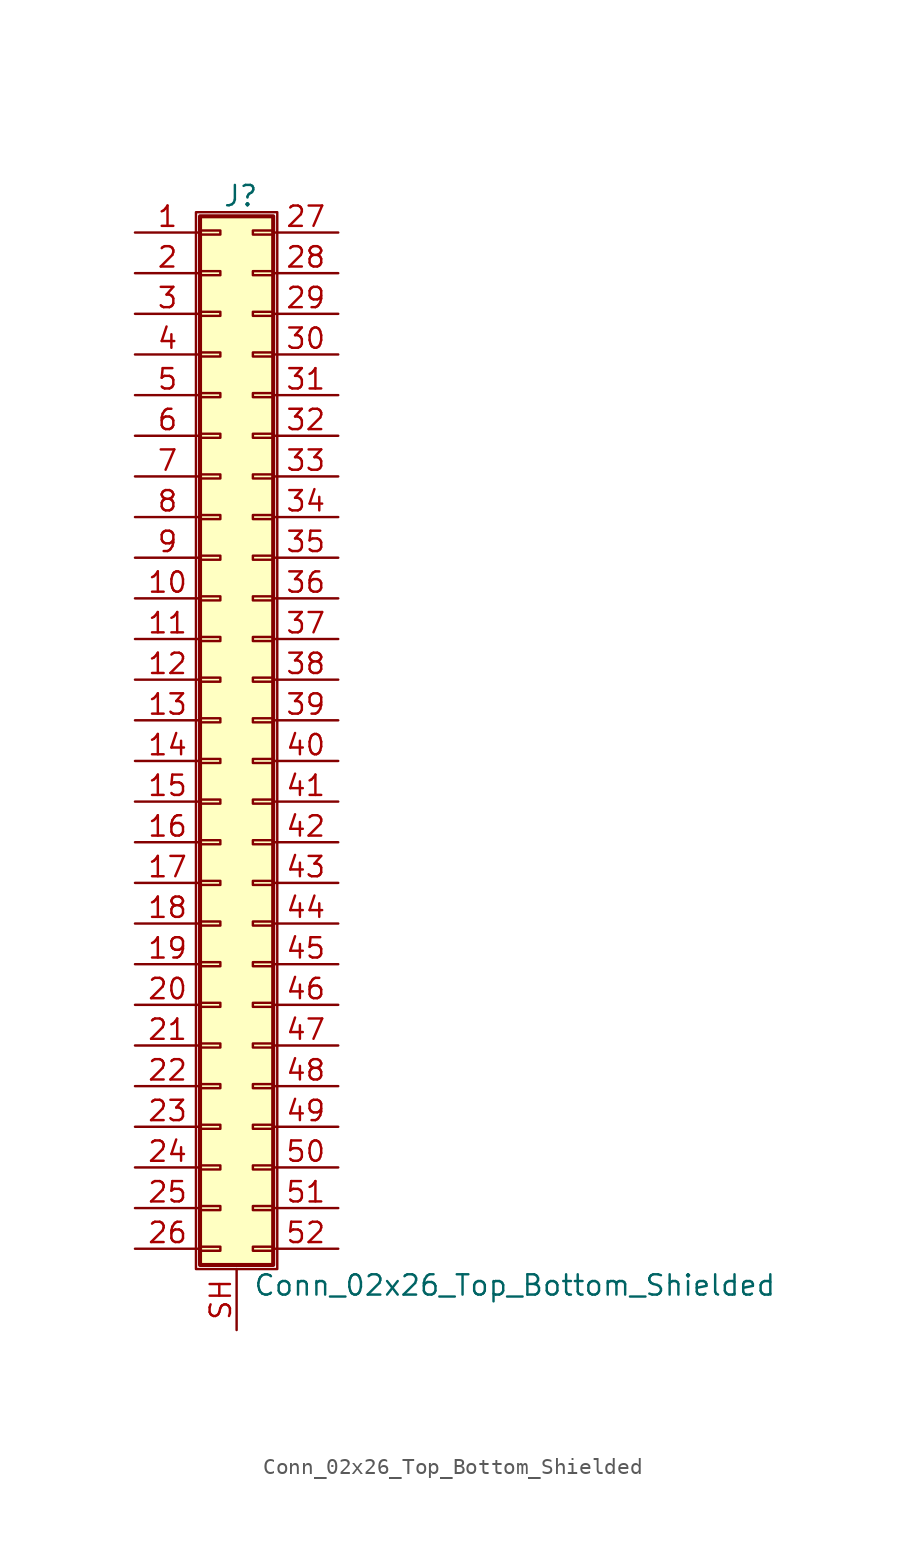
<source format=kicad_sym>
(kicad_symbol_lib
  (version 20220914)
  (generator kicad_symbol_editor)
  (symbol "Conn_02x26_Top_Bottom_Shielded"
    (pin_names
      (offset 1.016) hide)
    (property "Reference" "J"
      (at 1.524 32.766 0)
      (effects (font (size 1.27 1.27))))
    (property "Value" "Conn_02x26_Top_Bottom_Shielded"
      (at 2.286 -35.306 0)
      (effects (font (size 1.27 1.27)) (justify left)))
    (symbol "Conn_02x26_Top_Bottom_Shielded_1_1"
      (rectangle (start -1.27 31.75) (end 3.81 -34.29) (stroke (width 0.152) (type default)) (fill (type none)))
      (rectangle (start -1.016 -32.893) (end 0.254 -33.147) (stroke (width 0.152) (type default)) (fill (type none)))
      (rectangle (start -1.016 -30.353) (end 0.254 -30.607) (stroke (width 0.152) (type default)) (fill (type none)))
      (rectangle (start -1.016 -27.813) (end 0.254 -28.067) (stroke (width 0.152) (type default)) (fill (type none)))
      (rectangle (start -1.016 -25.273) (end 0.254 -25.527) (stroke (width 0.152) (type default)) (fill (type none)))
      (rectangle (start -1.016 -22.733) (end 0.254 -22.987) (stroke (width 0.152) (type default)) (fill (type none)))
      (rectangle (start -1.016 -20.193) (end 0.254 -20.447) (stroke (width 0.152) (type default)) (fill (type none)))
      (rectangle (start -1.016 -17.653) (end 0.254 -17.907) (stroke (width 0.152) (type default)) (fill (type none)))
      (rectangle (start -1.016 -15.113) (end 0.254 -15.367) (stroke (width 0.152) (type default)) (fill (type none)))
      (rectangle (start -1.016 -12.573) (end 0.254 -12.827) (stroke (width 0.152) (type default)) (fill (type none)))
      (rectangle (start -1.016 -10.033) (end 0.254 -10.287) (stroke (width 0.152) (type default)) (fill (type none)))
      (rectangle (start -1.016 -7.493) (end 0.254 -7.747) (stroke (width 0.152) (type default)) (fill (type none)))
      (rectangle (start -1.016 -4.953) (end 0.254 -5.207) (stroke (width 0.152) (type default)) (fill (type none)))
      (rectangle (start -1.016 -2.413) (end 0.254 -2.667) (stroke (width 0.152) (type default)) (fill (type none)))
      (rectangle (start -1.016 0.127) (end 0.254 -0.127) (stroke (width 0.152) (type default)) (fill (type none)))
      (rectangle (start -1.016 2.667) (end 0.254 2.413) (stroke (width 0.152) (type default)) (fill (type none)))
      (rectangle (start -1.016 5.207) (end 0.254 4.953) (stroke (width 0.152) (type default)) (fill (type none)))
      (rectangle (start -1.016 7.747) (end 0.254 7.493) (stroke (width 0.152) (type default)) (fill (type none)))
      (rectangle (start -1.016 10.287) (end 0.254 10.033) (stroke (width 0.152) (type default)) (fill (type none)))
      (rectangle (start -1.016 12.827) (end 0.254 12.573) (stroke (width 0.152) (type default)) (fill (type none)))
      (rectangle (start -1.016 15.367) (end 0.254 15.113) (stroke (width 0.152) (type default)) (fill (type none)))
      (rectangle (start -1.016 17.907) (end 0.254 17.653) (stroke (width 0.152) (type default)) (fill (type none)))
      (rectangle (start -1.016 20.447) (end 0.254 20.193) (stroke (width 0.152) (type default)) (fill (type none)))
      (rectangle (start -1.016 22.987) (end 0.254 22.733) (stroke (width 0.152) (type default)) (fill (type none)))
      (rectangle (start -1.016 25.527) (end 0.254 25.273) (stroke (width 0.152) (type default)) (fill (type none)))
      (rectangle (start -1.016 28.067) (end 0.254 27.813) (stroke (width 0.152) (type default)) (fill (type none)))
      (rectangle (start -1.016 30.607) (end 0.254 30.353) (stroke (width 0.152) (type default)) (fill (type none)))
      (rectangle (start -1.016 31.496) (end 3.556 -34.036) (stroke (width 0.254) (type default)) (fill (type background)))
      (rectangle (start 3.556 -32.893) (end 2.286 -33.147) (stroke (width 0.152) (type default)) (fill (type none)))
      (rectangle (start 3.556 -30.353) (end 2.286 -30.607) (stroke (width 0.152) (type default)) (fill (type none)))
      (rectangle (start 3.556 -27.813) (end 2.286 -28.067) (stroke (width 0.152) (type default)) (fill (type none)))
      (rectangle (start 3.556 -25.273) (end 2.286 -25.527) (stroke (width 0.152) (type default)) (fill (type none)))
      (rectangle (start 3.556 -22.733) (end 2.286 -22.987) (stroke (width 0.152) (type default)) (fill (type none)))
      (rectangle (start 3.556 -20.193) (end 2.286 -20.447) (stroke (width 0.152) (type default)) (fill (type none)))
      (rectangle (start 3.556 -17.653) (end 2.286 -17.907) (stroke (width 0.152) (type default)) (fill (type none)))
      (rectangle (start 3.556 -15.113) (end 2.286 -15.367) (stroke (width 0.152) (type default)) (fill (type none)))
      (rectangle (start 3.556 -12.573) (end 2.286 -12.827) (stroke (width 0.152) (type default)) (fill (type none)))
      (rectangle (start 3.556 -10.033) (end 2.286 -10.287) (stroke (width 0.152) (type default)) (fill (type none)))
      (rectangle (start 3.556 -7.493) (end 2.286 -7.747) (stroke (width 0.152) (type default)) (fill (type none)))
      (rectangle (start 3.556 -4.953) (end 2.286 -5.207) (stroke (width 0.152) (type default)) (fill (type none)))
      (rectangle (start 3.556 -2.413) (end 2.286 -2.667) (stroke (width 0.152) (type default)) (fill (type none)))
      (rectangle (start 3.556 0.127) (end 2.286 -0.127) (stroke (width 0.152) (type default)) (fill (type none)))
      (rectangle (start 3.556 2.667) (end 2.286 2.413) (stroke (width 0.152) (type default)) (fill (type none)))
      (rectangle (start 3.556 5.207) (end 2.286 4.953) (stroke (width 0.152) (type default)) (fill (type none)))
      (rectangle (start 3.556 7.747) (end 2.286 7.493) (stroke (width 0.152) (type default)) (fill (type none)))
      (rectangle (start 3.556 10.287) (end 2.286 10.033) (stroke (width 0.152) (type default)) (fill (type none)))
      (rectangle (start 3.556 12.827) (end 2.286 12.573) (stroke (width 0.152) (type default)) (fill (type none)))
      (rectangle (start 3.556 15.367) (end 2.286 15.113) (stroke (width 0.152) (type default)) (fill (type none)))
      (rectangle (start 3.556 17.907) (end 2.286 17.653) (stroke (width 0.152) (type default)) (fill (type none)))
      (rectangle (start 3.556 20.447) (end 2.286 20.193) (stroke (width 0.152) (type default)) (fill (type none)))
      (rectangle (start 3.556 22.987) (end 2.286 22.733) (stroke (width 0.152) (type default)) (fill (type none)))
      (rectangle (start 3.556 25.527) (end 2.286 25.273) (stroke (width 0.152) (type default)) (fill (type none)))
      (rectangle (start 3.556 28.067) (end 2.286 27.813) (stroke (width 0.152) (type default)) (fill (type none)))
      (rectangle (start 3.556 30.607) (end 2.286 30.353) (stroke (width 0.152) (type default)) (fill (type none)))
      (pin passive line (at -5.08 30.48 0) (length 4.064) (name "Pin_1" (effects (font (size 1.27 1.27)))) (number "1" (effects (font (size 1.27 1.27)))))
      (pin passive line (at -5.08 7.62 0) (length 4.064) (name "Pin_10" (effects (font (size 1.27 1.27)))) (number "10" (effects (font (size 1.27 1.27)))))
      (pin passive line (at -5.08 5.08 0) (length 4.064) (name "Pin_11" (effects (font (size 1.27 1.27)))) (number "11" (effects (font (size 1.27 1.27)))))
      (pin passive line (at -5.08 2.54 0) (length 4.064) (name "Pin_12" (effects (font (size 1.27 1.27)))) (number "12" (effects (font (size 1.27 1.27)))))
      (pin passive line (at -5.08 0 0) (length 4.064) (name "Pin_13" (effects (font (size 1.27 1.27)))) (number "13" (effects (font (size 1.27 1.27)))))
      (pin passive line (at -5.08 -2.54 0) (length 4.064) (name "Pin_14" (effects (font (size 1.27 1.27)))) (number "14" (effects (font (size 1.27 1.27)))))
      (pin passive line (at -5.08 -5.08 0) (length 4.064) (name "Pin_15" (effects (font (size 1.27 1.27)))) (number "15" (effects (font (size 1.27 1.27)))))
      (pin passive line (at -5.08 -7.62 0) (length 4.064) (name "Pin_16" (effects (font (size 1.27 1.27)))) (number "16" (effects (font (size 1.27 1.27)))))
      (pin passive line (at -5.08 -10.16 0) (length 4.064) (name "Pin_17" (effects (font (size 1.27 1.27)))) (number "17" (effects (font (size 1.27 1.27)))))
      (pin passive line (at -5.08 -12.7 0) (length 4.064) (name "Pin_18" (effects (font (size 1.27 1.27)))) (number "18" (effects (font (size 1.27 1.27)))))
      (pin passive line (at -5.08 -15.24 0) (length 4.064) (name "Pin_19" (effects (font (size 1.27 1.27)))) (number "19" (effects (font (size 1.27 1.27)))))
      (pin passive line (at -5.08 27.94 0) (length 4.064) (name "Pin_2" (effects (font (size 1.27 1.27)))) (number "2" (effects (font (size 1.27 1.27)))))
      (pin passive line (at -5.08 -17.78 0) (length 4.064) (name "Pin_20" (effects (font (size 1.27 1.27)))) (number "20" (effects (font (size 1.27 1.27)))))
      (pin passive line (at -5.08 -20.32 0) (length 4.064) (name "Pin_21" (effects (font (size 1.27 1.27)))) (number "21" (effects (font (size 1.27 1.27)))))
      (pin passive line (at -5.08 -22.86 0) (length 4.064) (name "Pin_22" (effects (font (size 1.27 1.27)))) (number "22" (effects (font (size 1.27 1.27)))))
      (pin passive line (at -5.08 -25.4 0) (length 4.064) (name "Pin_23" (effects (font (size 1.27 1.27)))) (number "23" (effects (font (size 1.27 1.27)))))
      (pin passive line (at -5.08 -27.94 0) (length 4.064) (name "Pin_24" (effects (font (size 1.27 1.27)))) (number "24" (effects (font (size 1.27 1.27)))))
      (pin passive line (at -5.08 -30.48 0) (length 4.064) (name "Pin_25" (effects (font (size 1.27 1.27)))) (number "25" (effects (font (size 1.27 1.27)))))
      (pin passive line (at -5.08 -33.02 0) (length 4.064) (name "Pin_26" (effects (font (size 1.27 1.27)))) (number "26" (effects (font (size 1.27 1.27)))))
      (pin passive line (at 7.62 30.48 180) (length 4.064) (name "Pin_27" (effects (font (size 1.27 1.27)))) (number "27" (effects (font (size 1.27 1.27)))))
      (pin passive line (at 7.62 27.94 180) (length 4.064) (name "Pin_28" (effects (font (size 1.27 1.27)))) (number "28" (effects (font (size 1.27 1.27)))))
      (pin passive line (at 7.62 25.4 180) (length 4.064) (name "Pin_29" (effects (font (size 1.27 1.27)))) (number "29" (effects (font (size 1.27 1.27)))))
      (pin passive line (at -5.08 25.4 0) (length 4.064) (name "Pin_3" (effects (font (size 1.27 1.27)))) (number "3" (effects (font (size 1.27 1.27)))))
      (pin passive line (at 7.62 22.86 180) (length 4.064) (name "Pin_30" (effects (font (size 1.27 1.27)))) (number "30" (effects (font (size 1.27 1.27)))))
      (pin passive line (at 7.62 20.32 180) (length 4.064) (name "Pin_31" (effects (font (size 1.27 1.27)))) (number "31" (effects (font (size 1.27 1.27)))))
      (pin passive line (at 7.62 17.78 180) (length 4.064) (name "Pin_32" (effects (font (size 1.27 1.27)))) (number "32" (effects (font (size 1.27 1.27)))))
      (pin passive line (at 7.62 15.24 180) (length 4.064) (name "Pin_33" (effects (font (size 1.27 1.27)))) (number "33" (effects (font (size 1.27 1.27)))))
      (pin passive line (at 7.62 12.7 180) (length 4.064) (name "Pin_34" (effects (font (size 1.27 1.27)))) (number "34" (effects (font (size 1.27 1.27)))))
      (pin passive line (at 7.62 10.16 180) (length 4.064) (name "Pin_35" (effects (font (size 1.27 1.27)))) (number "35" (effects (font (size 1.27 1.27)))))
      (pin passive line (at 7.62 7.62 180) (length 4.064) (name "Pin_36" (effects (font (size 1.27 1.27)))) (number "36" (effects (font (size 1.27 1.27)))))
      (pin passive line (at 7.62 5.08 180) (length 4.064) (name "Pin_37" (effects (font (size 1.27 1.27)))) (number "37" (effects (font (size 1.27 1.27)))))
      (pin passive line (at 7.62 2.54 180) (length 4.064) (name "Pin_38" (effects (font (size 1.27 1.27)))) (number "38" (effects (font (size 1.27 1.27)))))
      (pin passive line (at 7.62 0 180) (length 4.064) (name "Pin_39" (effects (font (size 1.27 1.27)))) (number "39" (effects (font (size 1.27 1.27)))))
      (pin passive line (at -5.08 22.86 0) (length 4.064) (name "Pin_4" (effects (font (size 1.27 1.27)))) (number "4" (effects (font (size 1.27 1.27)))))
      (pin passive line (at 7.62 -2.54 180) (length 4.064) (name "Pin_40" (effects (font (size 1.27 1.27)))) (number "40" (effects (font (size 1.27 1.27)))))
      (pin passive line (at 7.62 -5.08 180) (length 4.064) (name "Pin_41" (effects (font (size 1.27 1.27)))) (number "41" (effects (font (size 1.27 1.27)))))
      (pin passive line (at 7.62 -7.62 180) (length 4.064) (name "Pin_42" (effects (font (size 1.27 1.27)))) (number "42" (effects (font (size 1.27 1.27)))))
      (pin passive line (at 7.62 -10.16 180) (length 4.064) (name "Pin_43" (effects (font (size 1.27 1.27)))) (number "43" (effects (font (size 1.27 1.27)))))
      (pin passive line (at 7.62 -12.7 180) (length 4.064) (name "Pin_44" (effects (font (size 1.27 1.27)))) (number "44" (effects (font (size 1.27 1.27)))))
      (pin passive line (at 7.62 -15.24 180) (length 4.064) (name "Pin_45" (effects (font (size 1.27 1.27)))) (number "45" (effects (font (size 1.27 1.27)))))
      (pin passive line (at 7.62 -17.78 180) (length 4.064) (name "Pin_46" (effects (font (size 1.27 1.27)))) (number "46" (effects (font (size 1.27 1.27)))))
      (pin passive line (at 7.62 -20.32 180) (length 4.064) (name "Pin_47" (effects (font (size 1.27 1.27)))) (number "47" (effects (font (size 1.27 1.27)))))
      (pin passive line (at 7.62 -22.86 180) (length 4.064) (name "Pin_48" (effects (font (size 1.27 1.27)))) (number "48" (effects (font (size 1.27 1.27)))))
      (pin passive line (at 7.62 -25.4 180) (length 4.064) (name "Pin_49" (effects (font (size 1.27 1.27)))) (number "49" (effects (font (size 1.27 1.27)))))
      (pin passive line (at -5.08 20.32 0) (length 4.064) (name "Pin_5" (effects (font (size 1.27 1.27)))) (number "5" (effects (font (size 1.27 1.27)))))
      (pin passive line (at 7.62 -27.94 180) (length 4.064) (name "Pin_50" (effects (font (size 1.27 1.27)))) (number "50" (effects (font (size 1.27 1.27)))))
      (pin passive line (at 7.62 -30.48 180) (length 4.064) (name "Pin_51" (effects (font (size 1.27 1.27)))) (number "51" (effects (font (size 1.27 1.27)))))
      (pin passive line (at 7.62 -33.02 180) (length 4.064) (name "Pin_52" (effects (font (size 1.27 1.27)))) (number "52" (effects (font (size 1.27 1.27)))))
      (pin passive line (at -5.08 17.78 0) (length 4.064) (name "Pin_6" (effects (font (size 1.27 1.27)))) (number "6" (effects (font (size 1.27 1.27)))))
      (pin passive line (at -5.08 15.24 0) (length 4.064) (name "Pin_7" (effects (font (size 1.27 1.27)))) (number "7" (effects (font (size 1.27 1.27)))))
      (pin passive line (at -5.08 12.7 0) (length 4.064) (name "Pin_8" (effects (font (size 1.27 1.27)))) (number "8" (effects (font (size 1.27 1.27)))))
      (pin passive line (at -5.08 10.16 0) (length 4.064) (name "Pin_9" (effects (font (size 1.27 1.27)))) (number "9" (effects (font (size 1.27 1.27)))))
      (pin passive line (at 1.27 -38.1 90) (length 3.81) (name "Shield" (effects (font (size 1.27 1.27)))) (number "SH" (effects (font (size 1.27 1.27))))))))
</source>
